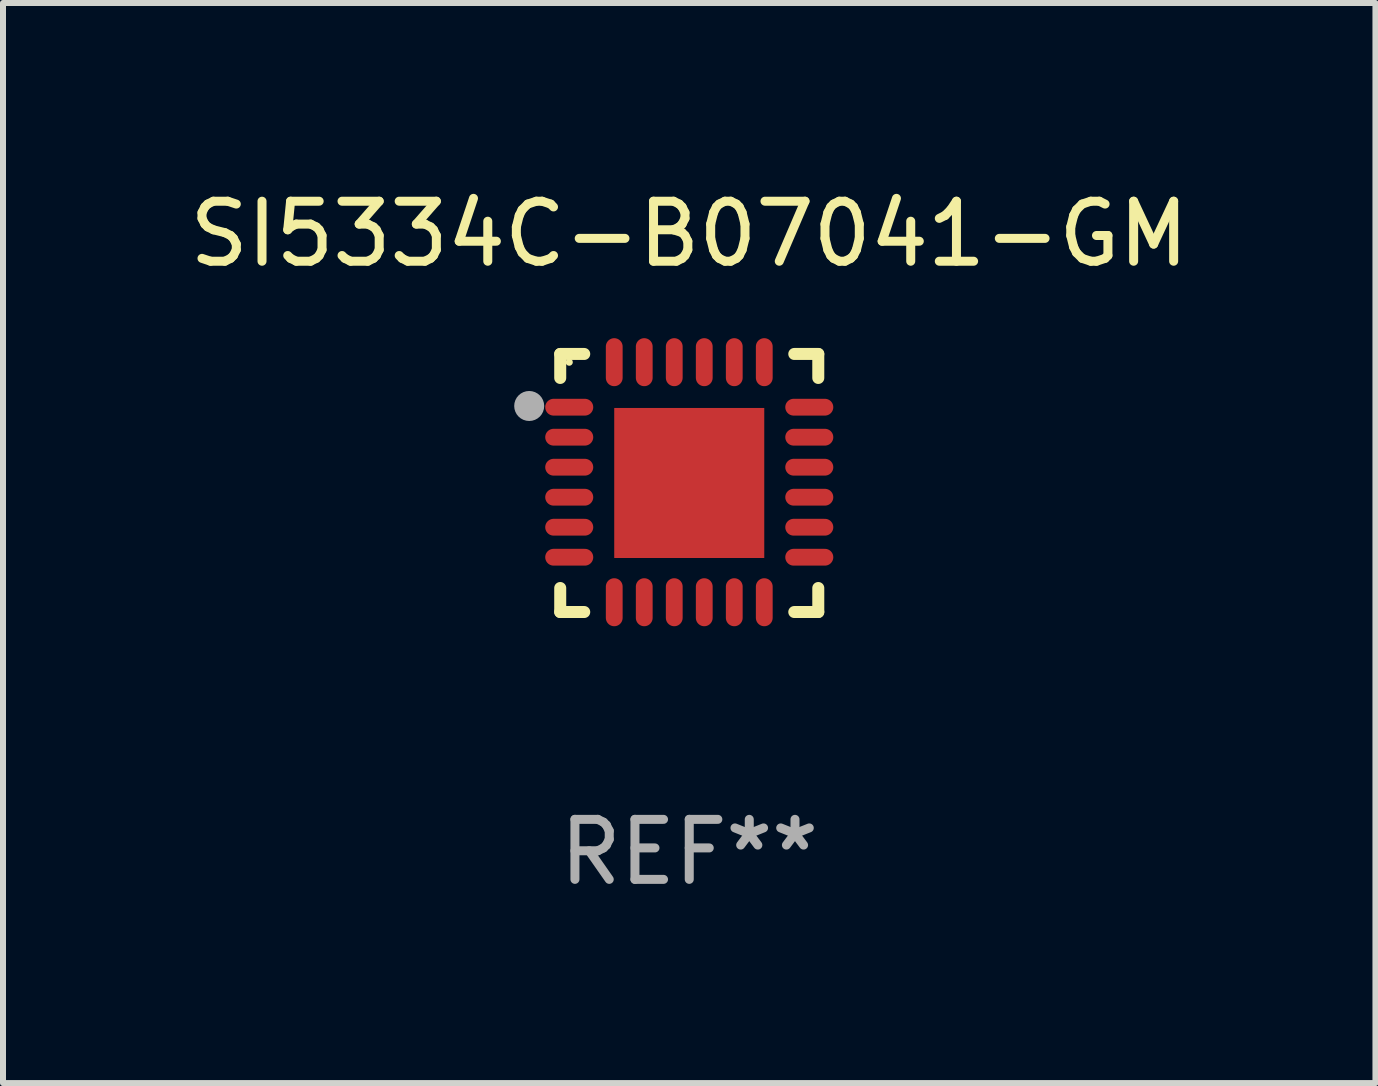
<source format=kicad_pcb>
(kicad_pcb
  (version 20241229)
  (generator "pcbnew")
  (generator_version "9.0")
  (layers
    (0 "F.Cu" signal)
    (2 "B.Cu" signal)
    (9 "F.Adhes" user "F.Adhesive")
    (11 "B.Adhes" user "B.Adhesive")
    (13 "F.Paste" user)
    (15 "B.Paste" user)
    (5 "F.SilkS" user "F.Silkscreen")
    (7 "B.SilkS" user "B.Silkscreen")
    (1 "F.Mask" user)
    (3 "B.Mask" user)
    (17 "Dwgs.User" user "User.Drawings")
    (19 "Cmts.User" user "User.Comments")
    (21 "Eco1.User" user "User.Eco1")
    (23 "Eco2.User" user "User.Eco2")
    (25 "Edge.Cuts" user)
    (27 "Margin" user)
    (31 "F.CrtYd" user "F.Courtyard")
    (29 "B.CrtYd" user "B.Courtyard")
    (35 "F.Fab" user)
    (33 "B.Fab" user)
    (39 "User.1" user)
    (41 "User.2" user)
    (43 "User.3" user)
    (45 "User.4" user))
  (footprint "SI5334C-B07041-GM"
    (layer "F.Cu")
    (at 8.435 4.998)
    (property "Reference" "SI5334C-B07041-GM" (at 0 -4.15 0) (layer "F.SilkS") (effects (font (size 1 1) (thickness 0.15))))
    (attr through_hole)
    (fp_line (start -2.15 -2.15) (end -1.75 -2.15) (stroke (width 0.2) (type solid)) (layer "F.SilkS"))
    (fp_line (start -2.15 -1.75) (end -2.15 -2.15) (stroke (width 0.2) (type solid)) (layer "F.SilkS"))
    (fp_line (start -2.15 2.15) (end -2.15 1.75) (stroke (width 0.2) (type solid)) (layer "F.SilkS"))
    (fp_line (start -1.75 2.15) (end -2.15 2.15) (stroke (width 0.2) (type solid)) (layer "F.SilkS"))
    (fp_line (start 1.75 -2.15) (end 2.15 -2.15) (stroke (width 0.2) (type solid)) (layer "F.SilkS"))
    (fp_line (start 1.75 2.15) (end 2.15 2.15) (stroke (width 0.2) (type solid)) (layer "F.SilkS"))
    (fp_line (start 2.15 -2.15) (end 2.15 -1.75) (stroke (width 0.2) (type solid)) (layer "F.SilkS"))
    (fp_line (start 2.15 2.15) (end 2.15 1.75) (stroke (width 0.2) (type solid)) (layer "F.SilkS"))
    (fp_circle (center -2 -2.013) (end -1.97 -2.013) (stroke (width 0.06) (type solid)) (fill no) (layer "F.SilkS"))
    (fp_circle (center -2.667 -1.283) (end -2.542 -1.283) (stroke (width 0.25) (type solid)) (fill no) (layer "F.Fab"))
    (fp_text user "REF**" (at 0 6.15 0) (layer "F.Fab") (effects (font (size 1 1) (thickness 0.15))))
    (pad "1" smd oval (at -2 -1.263) (size 0.8 0.28) (layers "F.Cu" "F.Mask" "F.Paste"))
    (pad "2" smd oval (at -2 -0.763) (size 0.8 0.28) (layers "F.Cu" "F.Mask" "F.Paste"))
    (pad "3" smd oval (at -2 -0.263) (size 0.8 0.28) (layers "F.Cu" "F.Mask" "F.Paste"))
    (pad "4" smd oval (at -2 0.237) (size 0.8 0.28) (layers "F.Cu" "F.Mask" "F.Paste"))
    (pad "5" smd oval (at -2 0.737) (size 0.8 0.28) (layers "F.Cu" "F.Mask" "F.Paste"))
    (pad "6" smd oval (at -2 1.237) (size 0.8 0.28) (layers "F.Cu" "F.Mask" "F.Paste"))
    (pad "7" smd oval (at -1.25 1.987) (size 0.28 0.8) (layers "F.Cu" "F.Mask" "F.Paste"))
    (pad "8" smd oval (at -0.75 1.987) (size 0.28 0.8) (layers "F.Cu" "F.Mask" "F.Paste"))
    (pad "9" smd oval (at -0.25 1.987) (size 0.28 0.8) (layers "F.Cu" "F.Mask" "F.Paste"))
    (pad "10" smd oval (at 0.25 1.987) (size 0.28 0.8) (layers "F.Cu" "F.Mask" "F.Paste"))
    (pad "11" smd oval (at 0.75 1.987) (size 0.28 0.8) (layers "F.Cu" "F.Mask" "F.Paste"))
    (pad "12" smd oval (at 1.25 1.987) (size 0.28 0.8) (layers "F.Cu" "F.Mask" "F.Paste"))
    (pad "13" smd oval (at 2 1.237) (size 0.8 0.28) (layers "F.Cu" "F.Mask" "F.Paste"))
    (pad "14" smd oval (at 2 0.737) (size 0.8 0.28) (layers "F.Cu" "F.Mask" "F.Paste"))
    (pad "15" smd oval (at 2 0.237) (size 0.8 0.28) (layers "F.Cu" "F.Mask" "F.Paste"))
    (pad "16" smd oval (at 2 -0.263) (size 0.8 0.28) (layers "F.Cu" "F.Mask" "F.Paste"))
    (pad "17" smd oval (at 2 -0.763) (size 0.8 0.28) (layers "F.Cu" "F.Mask" "F.Paste"))
    (pad "18" smd oval (at 2 -1.263) (size 0.8 0.28) (layers "F.Cu" "F.Mask" "F.Paste"))
    (pad "19" smd oval (at 1.25 -2.013) (size 0.28 0.8) (layers "F.Cu" "F.Mask" "F.Paste"))
    (pad "20" smd oval (at 0.75 -2.013) (size 0.28 0.8) (layers "F.Cu" "F.Mask" "F.Paste"))
    (pad "21" smd oval (at 0.25 -2.013) (size 0.28 0.8) (layers "F.Cu" "F.Mask" "F.Paste"))
    (pad "22" smd oval (at -0.25 -2.013) (size 0.28 0.8) (layers "F.Cu" "F.Mask" "F.Paste"))
    (pad "23" smd oval (at -0.75 -2.013) (size 0.28 0.8) (layers "F.Cu" "F.Mask" "F.Paste"))
    (pad "24" smd oval (at -1.25 -2.013) (size 0.28 0.8) (layers "F.Cu" "F.Mask" "F.Paste"))
    (pad "25" smd rect (at -0.000127 -0.00014) (size 2.5 2.5) (layers "F.Cu" "F.Mask" "F.Paste")))
  (gr_rect
    (start -3 -3)
    (end 19.869 14.997)
    (stroke (width 0.1) (type default))
    (fill no)
    (layer "Edge.Cuts")))
</source>
